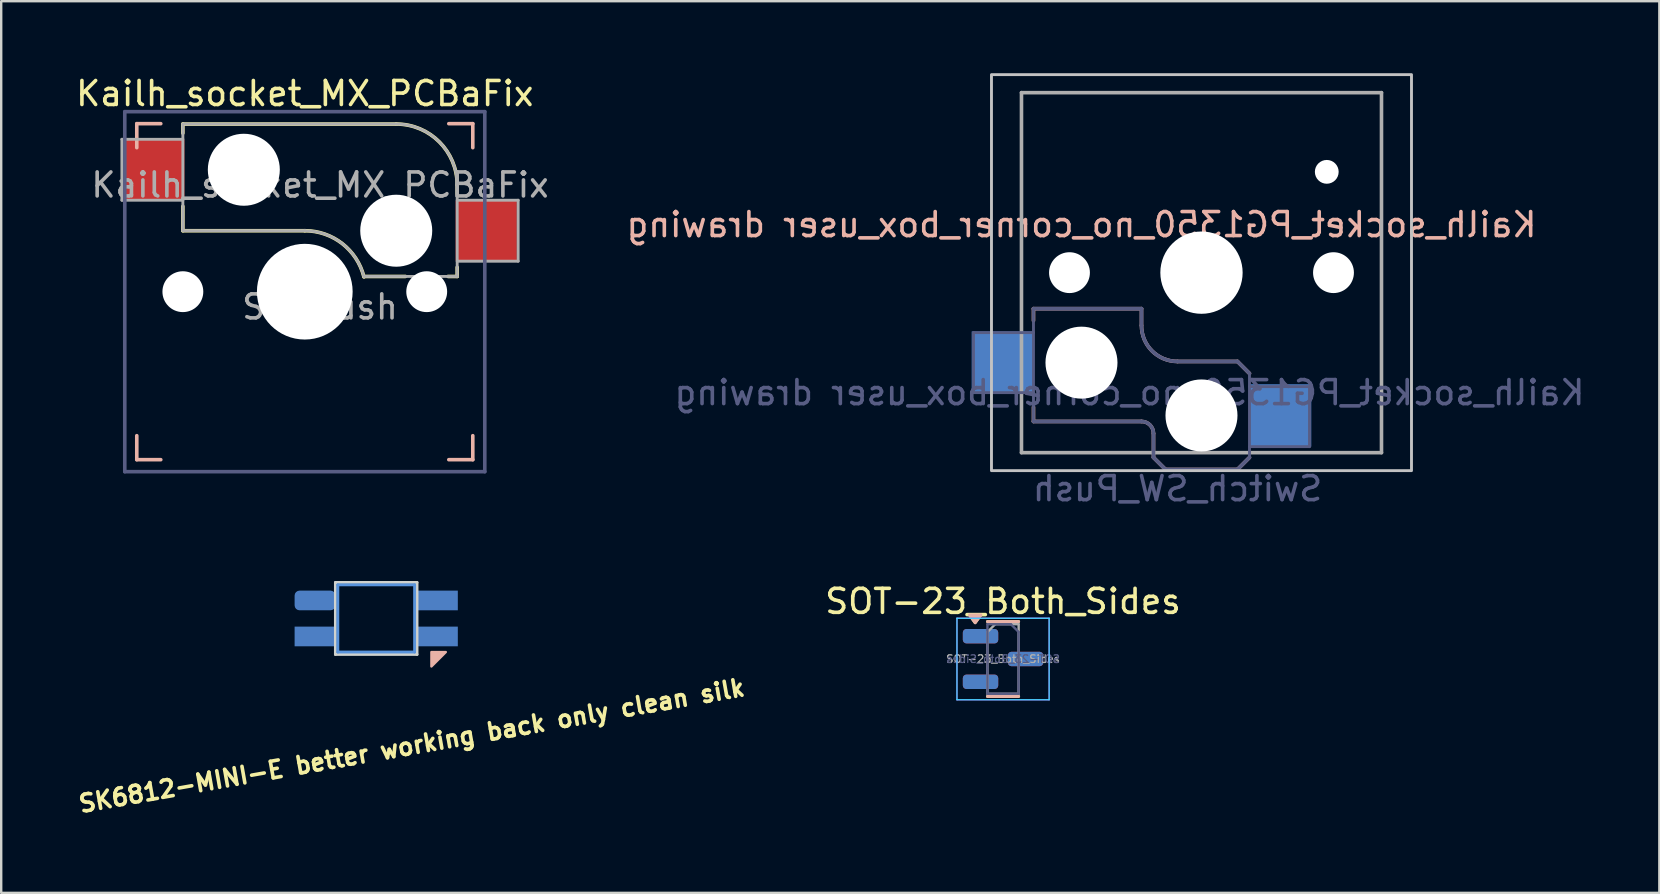
<source format=kicad_pcb>
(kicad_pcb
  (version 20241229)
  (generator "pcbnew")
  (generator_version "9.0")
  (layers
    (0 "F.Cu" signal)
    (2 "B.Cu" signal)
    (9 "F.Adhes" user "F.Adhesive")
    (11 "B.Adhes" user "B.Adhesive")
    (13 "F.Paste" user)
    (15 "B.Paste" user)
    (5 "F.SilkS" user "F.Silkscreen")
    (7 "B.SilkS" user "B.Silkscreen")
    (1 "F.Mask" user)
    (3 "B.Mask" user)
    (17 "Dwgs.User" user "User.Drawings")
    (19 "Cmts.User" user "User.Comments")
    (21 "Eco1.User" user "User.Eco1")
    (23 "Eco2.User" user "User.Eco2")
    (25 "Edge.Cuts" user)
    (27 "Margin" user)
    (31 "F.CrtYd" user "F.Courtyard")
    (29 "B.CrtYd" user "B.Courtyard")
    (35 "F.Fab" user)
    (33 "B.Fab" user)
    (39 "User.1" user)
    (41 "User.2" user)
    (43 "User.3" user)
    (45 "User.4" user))
  (footprint "Kailh_socket_MX_PCBaFix"
    (layer "F.Cu")
    (at 9.649 9.103)
    (property "Reference" "Kailh_socket_MX_PCBaFix" (at 0 -8.255 0) (layer "F.SilkS") (effects (font (size 1 1) (thickness 0.15))))
    (property "Value" "SW_Push" (at 0 8.255 0) (layer "B.Fab") (hide yes) (effects (font (size 1 1) (thickness 0.15)) (justify mirror)))
    (attr smd)
    (fp_line (start -5.08 -6.985) (end 3.81 -6.985) (stroke (width 0.15) (type solid)) (layer "F.SilkS"))
    (fp_line (start -5.08 -6.604) (end -5.08 -6.985) (stroke (width 0.15) (type solid)) (layer "F.SilkS"))
    (fp_line (start -5.08 -2.54) (end -5.08 -3.556) (stroke (width 0.15) (type solid)) (layer "F.SilkS"))
    (fp_line (start 0 -2.54) (end -5.08 -2.54) (stroke (width 0.15) (type solid)) (layer "F.SilkS"))
    (fp_line (start 4.191 -0.635) (end 2.464 -0.635) (stroke (width 0.15) (type solid)) (layer "F.SilkS"))
    (fp_line (start 6.35 -4.064) (end 6.35 -4.445) (stroke (width 0.15) (type solid)) (layer "F.SilkS"))
    (fp_line (start 6.35 -0.635) (end 5.969 -0.635) (stroke (width 0.15) (type solid)) (layer "F.SilkS"))
    (fp_line (start 6.35 -0.635) (end 6.35 -1.016) (stroke (width 0.15) (type solid)) (layer "F.SilkS"))
    (fp_arc (start 0 -2.54) (mid 1.563147 -2.002042) (end 2.464162 -0.61604) (stroke (width 0.15) (type solid)) (layer "F.SilkS"))
    (fp_arc (start 3.81 -6.985) (mid 5.606051 -6.241051) (end 6.35 -4.445) (stroke (width 0.15) (type solid)) (layer "F.SilkS"))
    (fp_line (start -7 -6) (end -7 -7) (stroke (width 0.15) (type solid)) (layer "B.SilkS"))
    (fp_line (start -7 7) (end -7 6) (stroke (width 0.15) (type solid)) (layer "B.SilkS"))
    (fp_line (start -7 7) (end -6 7) (stroke (width 0.15) (type solid)) (layer "B.SilkS"))
    (fp_line (start -6 -7) (end -7 -7) (stroke (width 0.15) (type solid)) (layer "B.SilkS"))
    (fp_line (start 6 7) (end 7 7) (stroke (width 0.15) (type solid)) (layer "B.SilkS"))
    (fp_line (start 7 -7) (end 6 -7) (stroke (width 0.15) (type solid)) (layer "B.SilkS"))
    (fp_line (start 7 -7) (end 7 -6) (stroke (width 0.15) (type solid)) (layer "B.SilkS"))
    (fp_line (start 7 6) (end 7 7) (stroke (width 0.15) (type solid)) (layer "B.SilkS"))
    (fp_line (start -6.9 6.9) (end -6.9 -6.9) (stroke (width 0.15) (type solid)) (layer "Eco2.User"))
    (fp_line (start -6.9 6.9) (end 6.9 6.9) (stroke (width 0.15) (type solid)) (layer "Eco2.User"))
    (fp_line (start 6.9 -6.9) (end -6.9 -6.9) (stroke (width 0.15) (type solid)) (layer "Eco2.User"))
    (fp_line (start 6.9 -6.9) (end 6.9 6.9) (stroke (width 0.15) (type solid)) (layer "Eco2.User"))
    (fp_line (start -7.5 -7.5) (end 7.5 -7.5) (stroke (width 0.15) (type solid)) (layer "B.Fab"))
    (fp_line (start -7.5 7.5) (end -7.5 -7.5) (stroke (width 0.15) (type solid)) (layer "B.Fab"))
    (fp_line (start 7.5 -7.5) (end 7.5 7.5) (stroke (width 0.15) (type solid)) (layer "B.Fab"))
    (fp_line (start 7.5 7.5) (end -7.5 7.5) (stroke (width 0.15) (type solid)) (layer "B.Fab"))
    (fp_line (start -7.62 -6.35) (end -5.08 -6.35) (stroke (width 0.12) (type solid)) (layer "F.Fab"))
    (fp_line (start -7.62 -3.81) (end -7.62 -6.35) (stroke (width 0.12) (type solid)) (layer "F.Fab"))
    (fp_line (start -5.08 -6.985) (end 3.81 -6.985) (stroke (width 0.12) (type solid)) (layer "F.Fab"))
    (fp_line (start -5.08 -3.81) (end -7.62 -3.81) (stroke (width 0.12) (type solid)) (layer "F.Fab"))
    (fp_line (start -5.08 -2.54) (end -5.08 -6.985) (stroke (width 0.12) (type solid)) (layer "F.Fab"))
    (fp_line (start 0 -2.54) (end -5.08 -2.54) (stroke (width 0.12) (type solid)) (layer "F.Fab"))
    (fp_line (start 2.54 -0.635) (end 6.35 -0.635) (stroke (width 0.12) (type solid)) (layer "F.Fab"))
    (fp_line (start 6.35 -4.445) (end 6.35 -0.635) (stroke (width 0.12) (type solid)) (layer "F.Fab"))
    (fp_line (start 6.35 -3.81) (end 8.89 -3.81) (stroke (width 0.12) (type solid)) (layer "F.Fab"))
    (fp_line (start 8.89 -3.81) (end 8.89 -1.27) (stroke (width 0.12) (type solid)) (layer "F.Fab"))
    (fp_line (start 8.89 -1.27) (end 6.35 -1.27) (stroke (width 0.12) (type solid)) (layer "F.Fab"))
    (fp_arc (start 0 -2.54) (mid 1.563147 -2.002042) (end 2.464162 -0.61604) (stroke (width 0.12) (type solid)) (layer "F.Fab"))
    (fp_arc (start 3.81 -6.985) (mid 5.606051 -6.241051) (end 6.35 -4.445) (stroke (width 0.12) (type solid)) (layer "F.Fab"))
    (fp_text user "${VALUE}" (at 0.635 0.635 0) (layer "F.Fab") (effects (font (size 1 1) (thickness 0.15))))
    (fp_text user "${REFERENCE}" (at 0.635 -4.445 0) (layer "F.Fab") (effects (font (size 1 1) (thickness 0.15))))
    (pad "" np_thru_hole circle (at -5.08 0) (size 1.702 1.702) (drill 1.702) (layers "*.Cu" "*.Mask"))
    (pad "" np_thru_hole circle (at -2.54 -5.08) (size 3 3) (drill 3) (layers "*.Cu" "*.Mask"))
    (pad "" np_thru_hole circle (at 0 0) (size 3.988 3.988) (drill 3.988) (layers "*.Cu" "*.Mask"))
    (pad "" np_thru_hole circle (at 3.81 -2.54) (size 3 3) (drill 3) (layers "*.Cu" "*.Mask"))
    (pad "" np_thru_hole circle (at 5.08 0) (size 1.702 1.702) (drill 1.702) (layers "*.Cu" "*.Mask"))
    (pad "1" smd rect (at -6.29 -5.08) (size 2.55 2.5) (layers "F.Cu" "F.Mask" "F.Paste"))
    (pad "2" smd rect (at 7.56 -2.54) (size 2.55 2.5) (layers "F.Cu" "F.Mask" "F.Paste")))
  (footprint "SOT-23_Both_Sides"
    (layer "F.Cu")
    (at 38.742 24.407)
    (property "Reference" "SOT-23_Both_Sides" (at 0 -2.4 0) (layer "F.SilkS") (effects (font (size 1 1) (thickness 0.15))))
    (attr smd)
    (fp_line (start 0 -1.56) (end -0.65 -1.56) (stroke (width 0.12) (type solid)) (layer "F.SilkS"))
    (fp_line (start 0 -1.56) (end 0.65 -1.56) (stroke (width 0.12) (type solid)) (layer "F.SilkS"))
    (fp_line (start 0 1.56) (end -0.65 1.56) (stroke (width 0.12) (type solid)) (layer "F.SilkS"))
    (fp_line (start 0 1.56) (end 0.65 1.56) (stroke (width 0.12) (type solid)) (layer "F.SilkS"))
    (fp_poly (pts (xy -1.163 -1.51) (xy -1.403 -1.84) (xy -0.922 -1.84) (xy -1.163 -1.51)) (stroke (width 0.12) (type solid)) (fill yes) (layer "F.SilkS"))
    (fp_line (start -0.65 -1.56) (end 0 -1.56) (stroke (width 0.12) (type solid)) (layer "B.SilkS"))
    (fp_line (start -0.65 1.56) (end 0 1.56) (stroke (width 0.12) (type solid)) (layer "B.SilkS"))
    (fp_line (start 0 -1.56) (end 0.65 -1.56) (stroke (width 0.12) (type solid)) (layer "B.SilkS"))
    (fp_line (start 0 1.56) (end 0.65 1.56) (stroke (width 0.12) (type solid)) (layer "B.SilkS"))
    (fp_poly (pts (xy -1.16 -1.51) (xy -0.92 -1.84) (xy -1.4 -1.84) (xy -1.16 -1.51)) (stroke (width 0.12) (type solid)) (fill yes) (layer "B.SilkS"))
    (fp_line (start -1.92 -1.7) (end -1.92 1.7) (stroke (width 0.05) (type solid)) (layer "B.CrtYd"))
    (fp_line (start -1.92 1.7) (end 1.92 1.7) (stroke (width 0.05) (type solid)) (layer "B.CrtYd"))
    (fp_line (start 1.92 -1.7) (end -1.92 -1.7) (stroke (width 0.05) (type solid)) (layer "B.CrtYd"))
    (fp_line (start 1.92 1.7) (end 1.92 -1.7) (stroke (width 0.05) (type solid)) (layer "B.CrtYd"))
    (fp_line (start -1.92 -1.7) (end -1.92 1.7) (stroke (width 0.05) (type solid)) (layer "F.CrtYd"))
    (fp_line (start -1.92 1.7) (end 1.92 1.7) (stroke (width 0.05) (type solid)) (layer "F.CrtYd"))
    (fp_line (start 1.92 -1.7) (end -1.92 -1.7) (stroke (width 0.05) (type solid)) (layer "F.CrtYd"))
    (fp_line (start 1.92 1.7) (end 1.92 -1.7) (stroke (width 0.05) (type solid)) (layer "F.CrtYd"))
    (fp_line (start -0.65 -1.45) (end 0.325 -1.45) (stroke (width 0.1) (type solid)) (layer "B.Fab"))
    (fp_line (start -0.65 1.45) (end -0.65 -1.45) (stroke (width 0.1) (type solid)) (layer "B.Fab"))
    (fp_line (start 0.325 -1.45) (end 0.65 -1.125) (stroke (width 0.1) (type solid)) (layer "B.Fab"))
    (fp_line (start 0.65 -1.125) (end 0.65 1.45) (stroke (width 0.1) (type solid)) (layer "B.Fab"))
    (fp_line (start 0.65 1.45) (end -0.65 1.45) (stroke (width 0.1) (type solid)) (layer "B.Fab"))
    (fp_line (start -0.65 -1.125) (end -0.325 -1.45) (stroke (width 0.1) (type solid)) (layer "F.Fab"))
    (fp_line (start -0.65 1.45) (end -0.65 -1.125) (stroke (width 0.1) (type solid)) (layer "F.Fab"))
    (fp_line (start -0.325 -1.45) (end 0.65 -1.45) (stroke (width 0.1) (type solid)) (layer "F.Fab"))
    (fp_line (start 0.65 -1.45) (end 0.65 1.45) (stroke (width 0.1) (type solid)) (layer "F.Fab"))
    (fp_line (start 0.65 1.45) (end -0.65 1.45) (stroke (width 0.1) (type solid)) (layer "F.Fab"))
    (fp_text user "${REFERENCE}" (at 0 0 0) (layer "B.Fab") (effects (font (size 0.32 0.32) (thickness 0.05)) (justify mirror)))
    (fp_text user "${REFERENCE}" (at 0 0 0) (layer "F.Fab") (effects (font (size 0.32 0.32) (thickness 0.05))))
    (pad "1" smd roundrect (at -0.938 -0.95) (size 1.475 0.6) (layers "F.Cu" "F.Mask" "F.Paste") (roundrect_rratio 0.25))
    (pad "1" smd roundrect (at -0.938 -0.95 180) (size 1.475 0.6) (layers "B.Cu" "B.Mask" "B.Paste") (roundrect_rratio 0.25))
    (pad "2" smd roundrect (at -0.938 0.95) (size 1.475 0.6) (layers "F.Cu" "F.Mask" "F.Paste") (roundrect_rratio 0.25))
    (pad "2" smd roundrect (at -0.938 0.95 180) (size 1.475 0.6) (layers "B.Cu" "B.Mask" "B.Paste") (roundrect_rratio 0.25))
    (pad "3" smd roundrect (at 0.938 0) (size 1.475 0.6) (layers "F.Cu" "F.Mask" "F.Paste") (roundrect_rratio 0.25))
    (pad "3" smd roundrect (at 0.938 0 180) (size 1.475 0.6) (layers "B.Cu" "B.Mask" "B.Paste") (roundrect_rratio 0.25)))
  (footprint "Kailh_socket_PG1350_no_corner_box_user drawing"
    (layer "F.Cu")
    (at 47.01 8.31)
    (property "Reference" "Kailh_socket_PG1350_no_corner_box_user drawing" (at -5 -2 180) (layer "B.SilkS") (effects (font (size 1 1) (thickness 0.15)) (justify mirror)))
    (property "Value" "Switch_SW_Push" (at -0.98 20.466 172) (layer "F.Fab") (hide yes) (effects (font (size 1 1) (thickness 0.15))))
    (attr smd)
    (fp_line (start -7 1.5) (end -7 2) (stroke (width 0.15) (type solid)) (layer "B.SilkS"))
    (fp_line (start -7 5.6) (end -7 6.2) (stroke (width 0.15) (type solid)) (layer "B.SilkS"))
    (fp_line (start -7 6.2) (end -2.5 6.2) (stroke (width 0.15) (type solid)) (layer "B.SilkS"))
    (fp_line (start -2.5 1.5) (end -7 1.5) (stroke (width 0.15) (type solid)) (layer "B.SilkS"))
    (fp_line (start -2.5 2.2) (end -2.5 1.5) (stroke (width 0.15) (type solid)) (layer "B.SilkS"))
    (fp_line (start -2 6.7) (end -2 7.7) (stroke (width 0.15) (type solid)) (layer "B.SilkS"))
    (fp_line (start -1.5 8.2) (end -2 7.7) (stroke (width 0.15) (type solid)) (layer "B.SilkS"))
    (fp_line (start 1.5 3.7) (end -1 3.7) (stroke (width 0.15) (type solid)) (layer "B.SilkS"))
    (fp_line (start 1.5 8.2) (end -1.5 8.2) (stroke (width 0.15) (type solid)) (layer "B.SilkS"))
    (fp_line (start 2 4.2) (end 1.5 3.7) (stroke (width 0.15) (type solid)) (layer "B.SilkS"))
    (fp_line (start 2 7.7) (end 1.5 8.2) (stroke (width 0.15) (type solid)) (layer "B.SilkS"))
    (fp_arc (start -2.5 6.2) (mid -2.146447 6.346447) (end -2 6.7) (stroke (width 0.15) (type solid)) (layer "B.SilkS"))
    (fp_arc (start -1 3.7) (mid -2.06066 3.26066) (end -2.5 2.2) (stroke (width 0.15) (type solid)) (layer "B.SilkS"))
    (fp_rect (start -8.75 8.25) (end 8.75 -8.25) (stroke (width 0.12) (type solid)) (fill no) (layer "Dwgs.User"))
    (fp_line (start -6.9 6.9) (end -6.9 -6.9) (stroke (width 0.15) (type solid)) (layer "Eco2.User"))
    (fp_line (start -6.9 6.9) (end 6.9 6.9) (stroke (width 0.15) (type solid)) (layer "Eco2.User"))
    (fp_line (start -2.6 -3.1) (end -2.6 -6.3) (stroke (width 0.15) (type solid)) (layer "Eco2.User"))
    (fp_line (start -2.6 -3.1) (end 2.6 -3.1) (stroke (width 0.15) (type solid)) (layer "Eco2.User"))
    (fp_line (start 2.6 -6.3) (end -2.6 -6.3) (stroke (width 0.15) (type solid)) (layer "Eco2.User"))
    (fp_line (start 2.6 -3.1) (end 2.6 -6.3) (stroke (width 0.15) (type solid)) (layer "Eco2.User"))
    (fp_line (start 6.9 -6.9) (end -6.9 -6.9) (stroke (width 0.15) (type solid)) (layer "Eco2.User"))
    (fp_line (start 6.9 -6.9) (end 6.9 6.9) (stroke (width 0.15) (type solid)) (layer "Eco2.User"))
    (fp_line (start -9.5 2.5) (end -7 2.5) (stroke (width 0.12) (type solid)) (layer "B.Fab"))
    (fp_line (start -9.5 5) (end -9.5 2.5) (stroke (width 0.12) (type solid)) (layer "B.Fab"))
    (fp_line (start -7 1.5) (end -7 6.2) (stroke (width 0.12) (type solid)) (layer "B.Fab"))
    (fp_line (start -7 5) (end -9.5 5) (stroke (width 0.12) (type solid)) (layer "B.Fab"))
    (fp_line (start -7 6.2) (end -2.5 6.2) (stroke (width 0.15) (type solid)) (layer "B.Fab"))
    (fp_line (start -2.5 1.5) (end -7 1.5) (stroke (width 0.15) (type solid)) (layer "B.Fab"))
    (fp_line (start -2.5 2.2) (end -2.5 1.5) (stroke (width 0.15) (type solid)) (layer "B.Fab"))
    (fp_line (start -2 6.7) (end -2 7.7) (stroke (width 0.15) (type solid)) (layer "B.Fab"))
    (fp_line (start -1.5 8.2) (end -2 7.7) (stroke (width 0.15) (type solid)) (layer "B.Fab"))
    (fp_line (start 1.5 3.7) (end -1 3.7) (stroke (width 0.15) (type solid)) (layer "B.Fab"))
    (fp_line (start 1.5 8.2) (end -1.5 8.2) (stroke (width 0.15) (type solid)) (layer "B.Fab"))
    (fp_line (start 2 4.2) (end 1.5 3.7) (stroke (width 0.15) (type solid)) (layer "B.Fab"))
    (fp_line (start 2 4.25) (end 2 7.7) (stroke (width 0.12) (type solid)) (layer "B.Fab"))
    (fp_line (start 2 4.75) (end 4.5 4.75) (stroke (width 0.12) (type solid)) (layer "B.Fab"))
    (fp_line (start 2 7.7) (end 1.5 8.2) (stroke (width 0.15) (type solid)) (layer "B.Fab"))
    (fp_line (start 4.5 4.75) (end 4.5 7.25) (stroke (width 0.12) (type solid)) (layer "B.Fab"))
    (fp_line (start 4.5 7.25) (end 2 7.25) (stroke (width 0.12) (type solid)) (layer "B.Fab"))
    (fp_arc (start -2.5 6.2) (mid -2.146447 6.346447) (end -2 6.7) (stroke (width 0.15) (type solid)) (layer "B.Fab"))
    (fp_arc (start -1 3.7) (mid -2.06066 3.26066) (end -2.5 2.2) (stroke (width 0.15) (type solid)) (layer "B.Fab"))
    (fp_line (start -7.5 -7.5) (end 7.5 -7.5) (stroke (width 0.15) (type solid)) (layer "F.Fab"))
    (fp_line (start -7.5 7.5) (end -7.5 -7.5) (stroke (width 0.15) (type solid)) (layer "F.Fab"))
    (fp_line (start 7.5 -7.5) (end 7.5 7.5) (stroke (width 0.15) (type solid)) (layer "F.Fab"))
    (fp_line (start 7.5 7.5) (end -7.5 7.5) (stroke (width 0.15) (type solid)) (layer "F.Fab"))
    (fp_text user "${REFERENCE}" (at -3 5 180) (layer "B.Fab") (effects (font (size 1 1) (thickness 0.15)) (justify mirror)))
    (fp_text user "${VALUE}" (at -1 9 180) (layer "B.Fab") (effects (font (size 1 1) (thickness 0.15)) (justify mirror)))
    (pad "" np_thru_hole circle (at -5.5 0) (size 1.702 1.702) (drill 1.702) (layers "*.Cu" "*.Mask"))
    (pad "" np_thru_hole circle (at -5 3.75) (size 3 3) (drill 3) (layers "*.Cu" "*.Mask"))
    (pad "" np_thru_hole circle (at 0 0) (size 3.429 3.429) (drill 3.429) (layers "*.Cu" "*.Mask"))
    (pad "" np_thru_hole circle (at 0 5.95) (size 3 3) (drill 3) (layers "*.Cu" "*.Mask"))
    (pad "" np_thru_hole circle (at 5.22 -4.2) (size 0.991 0.991) (drill 0.991) (layers "*.Cu" "*.Mask"))
    (pad "" np_thru_hole circle (at 5.5 0) (size 1.702 1.702) (drill 1.702) (layers "*.Cu" "*.Mask"))
    (pad "1" smd rect (at 3.275 5.95) (size 2.6 2.6) (layers "B.Cu" "B.Mask" "B.Paste"))
    (pad "2" smd rect (at -8.275 3.75) (size 2.6 2.6) (layers "B.Cu" "B.Mask" "B.Paste")))
  (footprint "SK6812-MINI-E better working back only clean silk"
    (layer "F.Cu")
    (at 12.625 22.718)
    (property "Reference" "SK6812-MINI-E better working back only clean silk" (at 1.481 5.304 10) (unlocked yes) (layer "F.SilkS") (effects (font (size 0.7 0.7) (thickness 0.15))))
    (fp_poly (pts (xy 2.9 1.4) (xy 2.3 1.4) (xy 2.3 2)) (stroke (width 0.1) (type solid)) (fill yes) (layer "B.SilkS"))
    (fp_line (start -1.6 -1.4) (end 1.6 -1.4) (stroke (width 0.12) (type solid)) (layer "Cmts.User"))
    (fp_line (start -1.6 1.4) (end -1.6 -1.4) (stroke (width 0.12) (type solid)) (layer "Cmts.User"))
    (fp_line (start 1.6 -1.4) (end 1.6 1.4) (stroke (width 0.12) (type solid)) (layer "Cmts.User"))
    (fp_line (start 1.6 1.4) (end -1.6 1.4) (stroke (width 0.12) (type solid)) (layer "Cmts.User"))
    (fp_line (start -1.7 -1.5) (end 1.7 -1.5) (stroke (width 0.12) (type solid)) (layer "Edge.Cuts"))
    (fp_line (start -1.7 1.5) (end -1.7 -1.5) (stroke (width 0.12) (type solid)) (layer "Edge.Cuts"))
    (fp_line (start 1.7 -1.5) (end 1.7 1.5) (stroke (width 0.12) (type solid)) (layer "Edge.Cuts"))
    (fp_line (start 1.7 1.5) (end -1.7 1.5) (stroke (width 0.12) (type solid)) (layer "Edge.Cuts"))
    (pad "1" smd rect (at -2.55 0.75) (size 1.7 0.82) (layers "B.Cu" "B.Mask" "B.Paste"))
    (pad "2" smd rect (at 2.55 0.75) (size 1.7 0.82) (layers "B.Cu" "B.Mask" "B.Paste"))
    (pad "3" smd rect (at 2.55 -0.75) (size 1.7 0.82) (layers "B.Cu" "B.Mask" "B.Paste"))
    (pad "4" smd roundrect (at -2.55 -0.75) (size 1.7 0.82) (layers "B.Cu" "B.Mask" "B.Paste") (roundrect_rratio 0.25)))
  (gr_rect
    (start -3 -3)
    (end 66.087 34.151)
    (stroke (width 0.1) (type default))
    (fill no)
    (layer "Edge.Cuts")))
</source>
